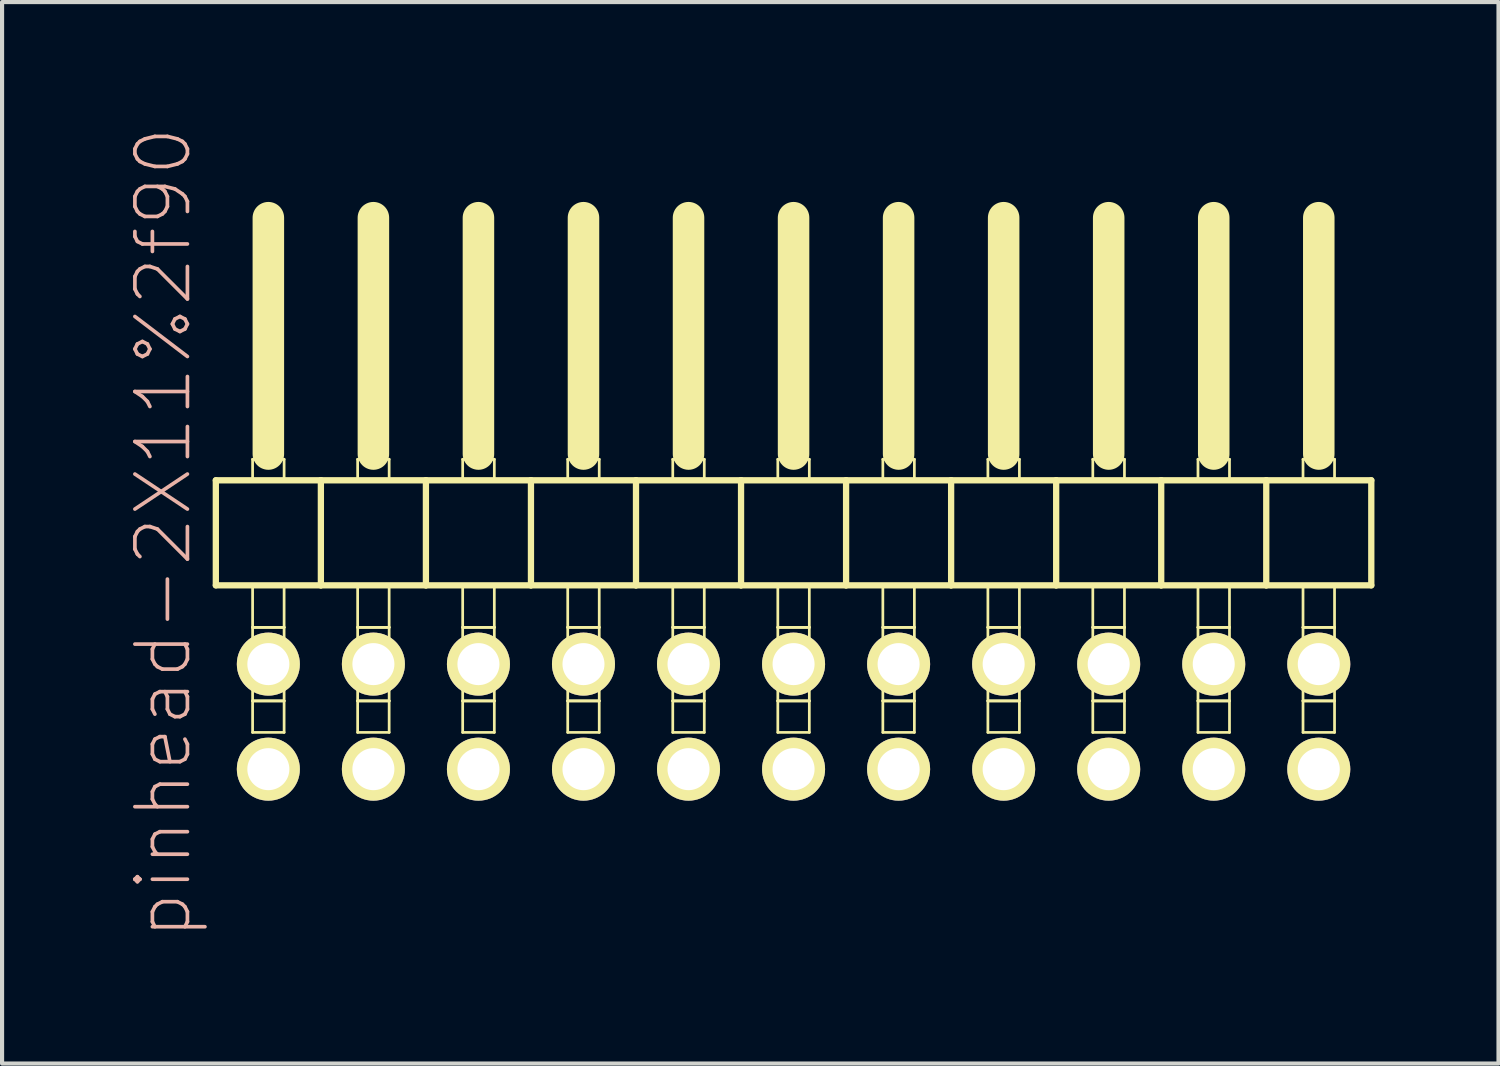
<source format=kicad_pcb>
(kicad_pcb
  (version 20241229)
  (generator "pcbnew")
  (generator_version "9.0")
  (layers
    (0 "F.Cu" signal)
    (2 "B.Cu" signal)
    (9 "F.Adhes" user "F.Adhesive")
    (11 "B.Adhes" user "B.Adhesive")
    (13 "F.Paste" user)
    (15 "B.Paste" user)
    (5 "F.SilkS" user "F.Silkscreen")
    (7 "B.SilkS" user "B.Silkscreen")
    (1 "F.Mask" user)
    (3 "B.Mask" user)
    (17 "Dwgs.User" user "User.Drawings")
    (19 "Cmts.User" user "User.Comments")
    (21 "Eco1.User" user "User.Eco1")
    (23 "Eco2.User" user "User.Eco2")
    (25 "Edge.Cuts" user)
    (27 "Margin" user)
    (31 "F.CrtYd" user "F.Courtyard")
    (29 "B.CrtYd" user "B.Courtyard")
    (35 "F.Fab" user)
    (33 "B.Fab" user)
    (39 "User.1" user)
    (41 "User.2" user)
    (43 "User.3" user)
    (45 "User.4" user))
  (footprint "pinhead-2X11%2f90"
    (layer "F.Cu")
    (at 16.139 9.199)
    (property "Reference" "pinhead-2X11%2f90" (at -15.24 0.635 90) (layer "B.SilkS") (effects (font (size 1.27 1.27) (thickness 0.089))))
    (attr exclude_from_pos_files exclude_from_bom)
    (fp_line (start -13.97 -0.635) (end -13.97 1.905) (stroke (width 0.152) (type solid)) (layer "F.SilkS"))
    (fp_line (start -13.97 1.905) (end -11.43 1.905) (stroke (width 0.152) (type solid)) (layer "F.SilkS"))
    (fp_line (start -13.081 -1.143) (end -12.319 -1.143) (stroke (width 0.066) (type solid)) (layer "F.SilkS"))
    (fp_line (start -13.081 -0.635) (end -13.081 -1.143) (stroke (width 0.066) (type solid)) (layer "F.SilkS"))
    (fp_line (start -13.081 -0.635) (end -12.319 -0.635) (stroke (width 0.066) (type solid)) (layer "F.SilkS"))
    (fp_line (start -13.081 1.905) (end -12.319 1.905) (stroke (width 0.066) (type solid)) (layer "F.SilkS"))
    (fp_line (start -13.081 2.921) (end -13.081 1.905) (stroke (width 0.066) (type solid)) (layer "F.SilkS"))
    (fp_line (start -13.081 2.921) (end -12.319 2.921) (stroke (width 0.066) (type solid)) (layer "F.SilkS"))
    (fp_line (start -13.081 2.921) (end -12.319 2.921) (stroke (width 0.066) (type solid)) (layer "F.SilkS"))
    (fp_line (start -13.081 4.699) (end -13.081 2.921) (stroke (width 0.066) (type solid)) (layer "F.SilkS"))
    (fp_line (start -13.081 4.699) (end -12.319 4.699) (stroke (width 0.066) (type solid)) (layer "F.SilkS"))
    (fp_line (start -13.081 4.699) (end -12.319 4.699) (stroke (width 0.066) (type solid)) (layer "F.SilkS"))
    (fp_line (start -13.081 5.461) (end -13.081 4.699) (stroke (width 0.066) (type solid)) (layer "F.SilkS"))
    (fp_line (start -13.081 5.461) (end -12.319 5.461) (stroke (width 0.066) (type solid)) (layer "F.SilkS"))
    (fp_line (start -12.7 -6.985) (end -12.7 -1.27) (stroke (width 0.762) (type solid)) (layer "F.SilkS"))
    (fp_line (start -12.319 -0.635) (end -12.319 -1.143) (stroke (width 0.066) (type solid)) (layer "F.SilkS"))
    (fp_line (start -12.319 2.921) (end -12.319 1.905) (stroke (width 0.066) (type solid)) (layer "F.SilkS"))
    (fp_line (start -12.319 4.699) (end -12.319 2.921) (stroke (width 0.066) (type solid)) (layer "F.SilkS"))
    (fp_line (start -12.319 5.461) (end -12.319 4.699) (stroke (width 0.066) (type solid)) (layer "F.SilkS"))
    (fp_line (start -11.43 -0.635) (end -13.97 -0.635) (stroke (width 0.152) (type solid)) (layer "F.SilkS"))
    (fp_line (start -11.43 1.905) (end -11.43 -0.635) (stroke (width 0.152) (type solid)) (layer "F.SilkS"))
    (fp_line (start -11.43 1.905) (end -8.89 1.905) (stroke (width 0.152) (type solid)) (layer "F.SilkS"))
    (fp_line (start -10.541 -1.143) (end -9.779 -1.143) (stroke (width 0.066) (type solid)) (layer "F.SilkS"))
    (fp_line (start -10.541 -0.635) (end -10.541 -1.143) (stroke (width 0.066) (type solid)) (layer "F.SilkS"))
    (fp_line (start -10.541 -0.635) (end -9.779 -0.635) (stroke (width 0.066) (type solid)) (layer "F.SilkS"))
    (fp_line (start -10.541 1.905) (end -9.779 1.905) (stroke (width 0.066) (type solid)) (layer "F.SilkS"))
    (fp_line (start -10.541 2.921) (end -10.541 1.905) (stroke (width 0.066) (type solid)) (layer "F.SilkS"))
    (fp_line (start -10.541 2.921) (end -9.779 2.921) (stroke (width 0.066) (type solid)) (layer "F.SilkS"))
    (fp_line (start -10.541 2.921) (end -9.779 2.921) (stroke (width 0.066) (type solid)) (layer "F.SilkS"))
    (fp_line (start -10.541 4.699) (end -10.541 2.921) (stroke (width 0.066) (type solid)) (layer "F.SilkS"))
    (fp_line (start -10.541 4.699) (end -9.779 4.699) (stroke (width 0.066) (type solid)) (layer "F.SilkS"))
    (fp_line (start -10.541 4.699) (end -9.779 4.699) (stroke (width 0.066) (type solid)) (layer "F.SilkS"))
    (fp_line (start -10.541 5.461) (end -10.541 4.699) (stroke (width 0.066) (type solid)) (layer "F.SilkS"))
    (fp_line (start -10.541 5.461) (end -9.779 5.461) (stroke (width 0.066) (type solid)) (layer "F.SilkS"))
    (fp_line (start -10.16 -6.985) (end -10.16 -1.27) (stroke (width 0.762) (type solid)) (layer "F.SilkS"))
    (fp_line (start -9.779 -0.635) (end -9.779 -1.143) (stroke (width 0.066) (type solid)) (layer "F.SilkS"))
    (fp_line (start -9.779 2.921) (end -9.779 1.905) (stroke (width 0.066) (type solid)) (layer "F.SilkS"))
    (fp_line (start -9.779 4.699) (end -9.779 2.921) (stroke (width 0.066) (type solid)) (layer "F.SilkS"))
    (fp_line (start -9.779 5.461) (end -9.779 4.699) (stroke (width 0.066) (type solid)) (layer "F.SilkS"))
    (fp_line (start -8.89 -0.635) (end -11.43 -0.635) (stroke (width 0.152) (type solid)) (layer "F.SilkS"))
    (fp_line (start -8.89 1.905) (end -8.89 -0.635) (stroke (width 0.152) (type solid)) (layer "F.SilkS"))
    (fp_line (start -8.89 1.905) (end -6.35 1.905) (stroke (width 0.152) (type solid)) (layer "F.SilkS"))
    (fp_line (start -8.001 -1.143) (end -7.236 -1.143) (stroke (width 0.066) (type solid)) (layer "F.SilkS"))
    (fp_line (start -8.001 -0.635) (end -8.001 -1.143) (stroke (width 0.066) (type solid)) (layer "F.SilkS"))
    (fp_line (start -8.001 -0.635) (end -7.236 -0.635) (stroke (width 0.066) (type solid)) (layer "F.SilkS"))
    (fp_line (start -8.001 1.905) (end -7.236 1.905) (stroke (width 0.066) (type solid)) (layer "F.SilkS"))
    (fp_line (start -8.001 2.921) (end -8.001 1.905) (stroke (width 0.066) (type solid)) (layer "F.SilkS"))
    (fp_line (start -8.001 2.921) (end -7.236 2.921) (stroke (width 0.066) (type solid)) (layer "F.SilkS"))
    (fp_line (start -8.001 2.921) (end -7.236 2.921) (stroke (width 0.066) (type solid)) (layer "F.SilkS"))
    (fp_line (start -8.001 4.699) (end -8.001 2.921) (stroke (width 0.066) (type solid)) (layer "F.SilkS"))
    (fp_line (start -8.001 4.699) (end -7.236 4.699) (stroke (width 0.066) (type solid)) (layer "F.SilkS"))
    (fp_line (start -8.001 4.699) (end -7.236 4.699) (stroke (width 0.066) (type solid)) (layer "F.SilkS"))
    (fp_line (start -8.001 5.461) (end -8.001 4.699) (stroke (width 0.066) (type solid)) (layer "F.SilkS"))
    (fp_line (start -8.001 5.461) (end -7.236 5.461) (stroke (width 0.066) (type solid)) (layer "F.SilkS"))
    (fp_line (start -7.62 -6.985) (end -7.62 -1.27) (stroke (width 0.762) (type solid)) (layer "F.SilkS"))
    (fp_line (start -7.236 -0.635) (end -7.236 -1.143) (stroke (width 0.066) (type solid)) (layer "F.SilkS"))
    (fp_line (start -7.236 2.921) (end -7.236 1.905) (stroke (width 0.066) (type solid)) (layer "F.SilkS"))
    (fp_line (start -7.236 4.699) (end -7.236 2.921) (stroke (width 0.066) (type solid)) (layer "F.SilkS"))
    (fp_line (start -7.236 5.461) (end -7.236 4.699) (stroke (width 0.066) (type solid)) (layer "F.SilkS"))
    (fp_line (start -6.35 -0.635) (end -8.89 -0.635) (stroke (width 0.152) (type solid)) (layer "F.SilkS"))
    (fp_line (start -6.35 1.905) (end -6.35 -0.635) (stroke (width 0.152) (type solid)) (layer "F.SilkS"))
    (fp_line (start -6.35 1.905) (end -3.81 1.905) (stroke (width 0.152) (type solid)) (layer "F.SilkS"))
    (fp_line (start -5.461 -1.143) (end -4.699 -1.143) (stroke (width 0.066) (type solid)) (layer "F.SilkS"))
    (fp_line (start -5.461 -0.635) (end -5.461 -1.143) (stroke (width 0.066) (type solid)) (layer "F.SilkS"))
    (fp_line (start -5.461 -0.635) (end -4.699 -0.635) (stroke (width 0.066) (type solid)) (layer "F.SilkS"))
    (fp_line (start -5.461 1.905) (end -4.699 1.905) (stroke (width 0.066) (type solid)) (layer "F.SilkS"))
    (fp_line (start -5.461 2.921) (end -5.461 1.905) (stroke (width 0.066) (type solid)) (layer "F.SilkS"))
    (fp_line (start -5.461 2.921) (end -4.699 2.921) (stroke (width 0.066) (type solid)) (layer "F.SilkS"))
    (fp_line (start -5.461 2.921) (end -4.699 2.921) (stroke (width 0.066) (type solid)) (layer "F.SilkS"))
    (fp_line (start -5.461 4.699) (end -5.461 2.921) (stroke (width 0.066) (type solid)) (layer "F.SilkS"))
    (fp_line (start -5.461 4.699) (end -4.699 4.699) (stroke (width 0.066) (type solid)) (layer "F.SilkS"))
    (fp_line (start -5.461 4.699) (end -4.699 4.699) (stroke (width 0.066) (type solid)) (layer "F.SilkS"))
    (fp_line (start -5.461 5.461) (end -5.461 4.699) (stroke (width 0.066) (type solid)) (layer "F.SilkS"))
    (fp_line (start -5.461 5.461) (end -4.699 5.461) (stroke (width 0.066) (type solid)) (layer "F.SilkS"))
    (fp_line (start -5.08 -6.985) (end -5.08 -1.27) (stroke (width 0.762) (type solid)) (layer "F.SilkS"))
    (fp_line (start -4.699 -0.635) (end -4.699 -1.143) (stroke (width 0.066) (type solid)) (layer "F.SilkS"))
    (fp_line (start -4.699 2.921) (end -4.699 1.905) (stroke (width 0.066) (type solid)) (layer "F.SilkS"))
    (fp_line (start -4.699 4.699) (end -4.699 2.921) (stroke (width 0.066) (type solid)) (layer "F.SilkS"))
    (fp_line (start -4.699 5.461) (end -4.699 4.699) (stroke (width 0.066) (type solid)) (layer "F.SilkS"))
    (fp_line (start -3.81 -0.635) (end -6.35 -0.635) (stroke (width 0.152) (type solid)) (layer "F.SilkS"))
    (fp_line (start -3.81 1.905) (end -3.81 -0.635) (stroke (width 0.152) (type solid)) (layer "F.SilkS"))
    (fp_line (start -3.81 1.905) (end -1.27 1.905) (stroke (width 0.152) (type solid)) (layer "F.SilkS"))
    (fp_line (start -2.921 -1.143) (end -2.159 -1.143) (stroke (width 0.066) (type solid)) (layer "F.SilkS"))
    (fp_line (start -2.921 -0.635) (end -2.921 -1.143) (stroke (width 0.066) (type solid)) (layer "F.SilkS"))
    (fp_line (start -2.921 -0.635) (end -2.159 -0.635) (stroke (width 0.066) (type solid)) (layer "F.SilkS"))
    (fp_line (start -2.921 1.905) (end -2.159 1.905) (stroke (width 0.066) (type solid)) (layer "F.SilkS"))
    (fp_line (start -2.921 2.921) (end -2.921 1.905) (stroke (width 0.066) (type solid)) (layer "F.SilkS"))
    (fp_line (start -2.921 2.921) (end -2.159 2.921) (stroke (width 0.066) (type solid)) (layer "F.SilkS"))
    (fp_line (start -2.921 2.921) (end -2.159 2.921) (stroke (width 0.066) (type solid)) (layer "F.SilkS"))
    (fp_line (start -2.921 4.699) (end -2.921 2.921) (stroke (width 0.066) (type solid)) (layer "F.SilkS"))
    (fp_line (start -2.921 4.699) (end -2.159 4.699) (stroke (width 0.066) (type solid)) (layer "F.SilkS"))
    (fp_line (start -2.921 4.699) (end -2.159 4.699) (stroke (width 0.066) (type solid)) (layer "F.SilkS"))
    (fp_line (start -2.921 5.461) (end -2.921 4.699) (stroke (width 0.066) (type solid)) (layer "F.SilkS"))
    (fp_line (start -2.921 5.461) (end -2.159 5.461) (stroke (width 0.066) (type solid)) (layer "F.SilkS"))
    (fp_line (start -2.54 -6.985) (end -2.54 -1.27) (stroke (width 0.762) (type solid)) (layer "F.SilkS"))
    (fp_line (start -2.159 -0.635) (end -2.159 -1.143) (stroke (width 0.066) (type solid)) (layer "F.SilkS"))
    (fp_line (start -2.159 2.921) (end -2.159 1.905) (stroke (width 0.066) (type solid)) (layer "F.SilkS"))
    (fp_line (start -2.159 4.699) (end -2.159 2.921) (stroke (width 0.066) (type solid)) (layer "F.SilkS"))
    (fp_line (start -2.159 5.461) (end -2.159 4.699) (stroke (width 0.066) (type solid)) (layer "F.SilkS"))
    (fp_line (start -1.27 -0.635) (end -3.81 -0.635) (stroke (width 0.152) (type solid)) (layer "F.SilkS"))
    (fp_line (start -1.27 1.905) (end -1.27 -0.635) (stroke (width 0.152) (type solid)) (layer "F.SilkS"))
    (fp_line (start -1.27 1.905) (end 1.27 1.905) (stroke (width 0.152) (type solid)) (layer "F.SilkS"))
    (fp_line (start -0.381 -1.143) (end 0.381 -1.143) (stroke (width 0.066) (type solid)) (layer "F.SilkS"))
    (fp_line (start -0.381 -0.635) (end -0.381 -1.143) (stroke (width 0.066) (type solid)) (layer "F.SilkS"))
    (fp_line (start -0.381 -0.635) (end 0.381 -0.635) (stroke (width 0.066) (type solid)) (layer "F.SilkS"))
    (fp_line (start -0.381 1.905) (end 0.381 1.905) (stroke (width 0.066) (type solid)) (layer "F.SilkS"))
    (fp_line (start -0.381 2.921) (end -0.381 1.905) (stroke (width 0.066) (type solid)) (layer "F.SilkS"))
    (fp_line (start -0.381 2.921) (end 0.381 2.921) (stroke (width 0.066) (type solid)) (layer "F.SilkS"))
    (fp_line (start -0.381 2.921) (end 0.381 2.921) (stroke (width 0.066) (type solid)) (layer "F.SilkS"))
    (fp_line (start -0.381 4.699) (end -0.381 2.921) (stroke (width 0.066) (type solid)) (layer "F.SilkS"))
    (fp_line (start -0.381 4.699) (end 0.381 4.699) (stroke (width 0.066) (type solid)) (layer "F.SilkS"))
    (fp_line (start -0.381 4.699) (end 0.381 4.699) (stroke (width 0.066) (type solid)) (layer "F.SilkS"))
    (fp_line (start -0.381 5.461) (end -0.381 4.699) (stroke (width 0.066) (type solid)) (layer "F.SilkS"))
    (fp_line (start -0.381 5.461) (end 0.381 5.461) (stroke (width 0.066) (type solid)) (layer "F.SilkS"))
    (fp_line (start 0 -6.985) (end 0 -1.27) (stroke (width 0.762) (type solid)) (layer "F.SilkS"))
    (fp_line (start 0.381 -0.635) (end 0.381 -1.143) (stroke (width 0.066) (type solid)) (layer "F.SilkS"))
    (fp_line (start 0.381 2.921) (end 0.381 1.905) (stroke (width 0.066) (type solid)) (layer "F.SilkS"))
    (fp_line (start 0.381 4.699) (end 0.381 2.921) (stroke (width 0.066) (type solid)) (layer "F.SilkS"))
    (fp_line (start 0.381 5.461) (end 0.381 4.699) (stroke (width 0.066) (type solid)) (layer "F.SilkS"))
    (fp_line (start 1.27 -0.635) (end -1.27 -0.635) (stroke (width 0.152) (type solid)) (layer "F.SilkS"))
    (fp_line (start 1.27 1.905) (end 1.27 -0.635) (stroke (width 0.152) (type solid)) (layer "F.SilkS"))
    (fp_line (start 1.27 1.905) (end 3.81 1.905) (stroke (width 0.152) (type solid)) (layer "F.SilkS"))
    (fp_line (start 2.159 -1.143) (end 2.921 -1.143) (stroke (width 0.066) (type solid)) (layer "F.SilkS"))
    (fp_line (start 2.159 -0.635) (end 2.159 -1.143) (stroke (width 0.066) (type solid)) (layer "F.SilkS"))
    (fp_line (start 2.159 -0.635) (end 2.921 -0.635) (stroke (width 0.066) (type solid)) (layer "F.SilkS"))
    (fp_line (start 2.159 1.905) (end 2.921 1.905) (stroke (width 0.066) (type solid)) (layer "F.SilkS"))
    (fp_line (start 2.159 2.921) (end 2.159 1.905) (stroke (width 0.066) (type solid)) (layer "F.SilkS"))
    (fp_line (start 2.159 2.921) (end 2.921 2.921) (stroke (width 0.066) (type solid)) (layer "F.SilkS"))
    (fp_line (start 2.159 2.921) (end 2.921 2.921) (stroke (width 0.066) (type solid)) (layer "F.SilkS"))
    (fp_line (start 2.159 4.699) (end 2.159 2.921) (stroke (width 0.066) (type solid)) (layer "F.SilkS"))
    (fp_line (start 2.159 4.699) (end 2.921 4.699) (stroke (width 0.066) (type solid)) (layer "F.SilkS"))
    (fp_line (start 2.159 4.699) (end 2.921 4.699) (stroke (width 0.066) (type solid)) (layer "F.SilkS"))
    (fp_line (start 2.159 5.461) (end 2.159 4.699) (stroke (width 0.066) (type solid)) (layer "F.SilkS"))
    (fp_line (start 2.159 5.461) (end 2.921 5.461) (stroke (width 0.066) (type solid)) (layer "F.SilkS"))
    (fp_line (start 2.54 -6.985) (end 2.54 -1.27) (stroke (width 0.762) (type solid)) (layer "F.SilkS"))
    (fp_line (start 2.921 -0.635) (end 2.921 -1.143) (stroke (width 0.066) (type solid)) (layer "F.SilkS"))
    (fp_line (start 2.921 2.921) (end 2.921 1.905) (stroke (width 0.066) (type solid)) (layer "F.SilkS"))
    (fp_line (start 2.921 4.699) (end 2.921 2.921) (stroke (width 0.066) (type solid)) (layer "F.SilkS"))
    (fp_line (start 2.921 5.461) (end 2.921 4.699) (stroke (width 0.066) (type solid)) (layer "F.SilkS"))
    (fp_line (start 3.81 -0.635) (end 1.27 -0.635) (stroke (width 0.152) (type solid)) (layer "F.SilkS"))
    (fp_line (start 3.81 1.905) (end 3.81 -0.635) (stroke (width 0.152) (type solid)) (layer "F.SilkS"))
    (fp_line (start 3.81 1.905) (end 6.35 1.905) (stroke (width 0.152) (type solid)) (layer "F.SilkS"))
    (fp_line (start 4.699 -1.143) (end 5.461 -1.143) (stroke (width 0.066) (type solid)) (layer "F.SilkS"))
    (fp_line (start 4.699 -0.635) (end 4.699 -1.143) (stroke (width 0.066) (type solid)) (layer "F.SilkS"))
    (fp_line (start 4.699 -0.635) (end 5.461 -0.635) (stroke (width 0.066) (type solid)) (layer "F.SilkS"))
    (fp_line (start 4.699 1.905) (end 5.461 1.905) (stroke (width 0.066) (type solid)) (layer "F.SilkS"))
    (fp_line (start 4.699 2.921) (end 4.699 1.905) (stroke (width 0.066) (type solid)) (layer "F.SilkS"))
    (fp_line (start 4.699 2.921) (end 5.461 2.921) (stroke (width 0.066) (type solid)) (layer "F.SilkS"))
    (fp_line (start 4.699 2.921) (end 5.461 2.921) (stroke (width 0.066) (type solid)) (layer "F.SilkS"))
    (fp_line (start 4.699 4.699) (end 4.699 2.921) (stroke (width 0.066) (type solid)) (layer "F.SilkS"))
    (fp_line (start 4.699 4.699) (end 5.461 4.699) (stroke (width 0.066) (type solid)) (layer "F.SilkS"))
    (fp_line (start 4.699 4.699) (end 5.461 4.699) (stroke (width 0.066) (type solid)) (layer "F.SilkS"))
    (fp_line (start 4.699 5.461) (end 4.699 4.699) (stroke (width 0.066) (type solid)) (layer "F.SilkS"))
    (fp_line (start 4.699 5.461) (end 5.461 5.461) (stroke (width 0.066) (type solid)) (layer "F.SilkS"))
    (fp_line (start 5.08 -6.985) (end 5.08 -1.27) (stroke (width 0.762) (type solid)) (layer "F.SilkS"))
    (fp_line (start 5.461 -0.635) (end 5.461 -1.143) (stroke (width 0.066) (type solid)) (layer "F.SilkS"))
    (fp_line (start 5.461 2.921) (end 5.461 1.905) (stroke (width 0.066) (type solid)) (layer "F.SilkS"))
    (fp_line (start 5.461 4.699) (end 5.461 2.921) (stroke (width 0.066) (type solid)) (layer "F.SilkS"))
    (fp_line (start 5.461 5.461) (end 5.461 4.699) (stroke (width 0.066) (type solid)) (layer "F.SilkS"))
    (fp_line (start 6.35 -0.635) (end 3.81 -0.635) (stroke (width 0.152) (type solid)) (layer "F.SilkS"))
    (fp_line (start 6.35 1.905) (end 6.35 -0.635) (stroke (width 0.152) (type solid)) (layer "F.SilkS"))
    (fp_line (start 6.35 1.905) (end 8.89 1.905) (stroke (width 0.152) (type solid)) (layer "F.SilkS"))
    (fp_line (start 7.236 -1.143) (end 8.001 -1.143) (stroke (width 0.066) (type solid)) (layer "F.SilkS"))
    (fp_line (start 7.236 -0.635) (end 7.236 -1.143) (stroke (width 0.066) (type solid)) (layer "F.SilkS"))
    (fp_line (start 7.236 -0.635) (end 8.001 -0.635) (stroke (width 0.066) (type solid)) (layer "F.SilkS"))
    (fp_line (start 7.236 1.905) (end 8.001 1.905) (stroke (width 0.066) (type solid)) (layer "F.SilkS"))
    (fp_line (start 7.236 2.921) (end 7.236 1.905) (stroke (width 0.066) (type solid)) (layer "F.SilkS"))
    (fp_line (start 7.236 2.921) (end 8.001 2.921) (stroke (width 0.066) (type solid)) (layer "F.SilkS"))
    (fp_line (start 7.236 2.921) (end 8.001 2.921) (stroke (width 0.066) (type solid)) (layer "F.SilkS"))
    (fp_line (start 7.236 4.699) (end 7.236 2.921) (stroke (width 0.066) (type solid)) (layer "F.SilkS"))
    (fp_line (start 7.236 4.699) (end 8.001 4.699) (stroke (width 0.066) (type solid)) (layer "F.SilkS"))
    (fp_line (start 7.236 4.699) (end 8.001 4.699) (stroke (width 0.066) (type solid)) (layer "F.SilkS"))
    (fp_line (start 7.236 5.461) (end 7.236 4.699) (stroke (width 0.066) (type solid)) (layer "F.SilkS"))
    (fp_line (start 7.236 5.461) (end 8.001 5.461) (stroke (width 0.066) (type solid)) (layer "F.SilkS"))
    (fp_line (start 7.62 -6.985) (end 7.62 -1.27) (stroke (width 0.762) (type solid)) (layer "F.SilkS"))
    (fp_line (start 8.001 -0.635) (end 8.001 -1.143) (stroke (width 0.066) (type solid)) (layer "F.SilkS"))
    (fp_line (start 8.001 2.921) (end 8.001 1.905) (stroke (width 0.066) (type solid)) (layer "F.SilkS"))
    (fp_line (start 8.001 4.699) (end 8.001 2.921) (stroke (width 0.066) (type solid)) (layer "F.SilkS"))
    (fp_line (start 8.001 5.461) (end 8.001 4.699) (stroke (width 0.066) (type solid)) (layer "F.SilkS"))
    (fp_line (start 8.89 -0.635) (end 6.35 -0.635) (stroke (width 0.152) (type solid)) (layer "F.SilkS"))
    (fp_line (start 8.89 1.905) (end 8.89 -0.635) (stroke (width 0.152) (type solid)) (layer "F.SilkS"))
    (fp_line (start 8.89 1.905) (end 11.43 1.905) (stroke (width 0.152) (type solid)) (layer "F.SilkS"))
    (fp_line (start 9.779 -1.143) (end 10.541 -1.143) (stroke (width 0.066) (type solid)) (layer "F.SilkS"))
    (fp_line (start 9.779 -0.635) (end 9.779 -1.143) (stroke (width 0.066) (type solid)) (layer "F.SilkS"))
    (fp_line (start 9.779 -0.635) (end 10.541 -0.635) (stroke (width 0.066) (type solid)) (layer "F.SilkS"))
    (fp_line (start 9.779 1.905) (end 10.541 1.905) (stroke (width 0.066) (type solid)) (layer "F.SilkS"))
    (fp_line (start 9.779 2.921) (end 9.779 1.905) (stroke (width 0.066) (type solid)) (layer "F.SilkS"))
    (fp_line (start 9.779 2.921) (end 10.541 2.921) (stroke (width 0.066) (type solid)) (layer "F.SilkS"))
    (fp_line (start 9.779 2.921) (end 10.541 2.921) (stroke (width 0.066) (type solid)) (layer "F.SilkS"))
    (fp_line (start 9.779 4.699) (end 9.779 2.921) (stroke (width 0.066) (type solid)) (layer "F.SilkS"))
    (fp_line (start 9.779 4.699) (end 10.541 4.699) (stroke (width 0.066) (type solid)) (layer "F.SilkS"))
    (fp_line (start 9.779 4.699) (end 10.541 4.699) (stroke (width 0.066) (type solid)) (layer "F.SilkS"))
    (fp_line (start 9.779 5.461) (end 9.779 4.699) (stroke (width 0.066) (type solid)) (layer "F.SilkS"))
    (fp_line (start 9.779 5.461) (end 10.541 5.461) (stroke (width 0.066) (type solid)) (layer "F.SilkS"))
    (fp_line (start 10.16 -6.985) (end 10.16 -1.27) (stroke (width 0.762) (type solid)) (layer "F.SilkS"))
    (fp_line (start 10.541 -0.635) (end 10.541 -1.143) (stroke (width 0.066) (type solid)) (layer "F.SilkS"))
    (fp_line (start 10.541 2.921) (end 10.541 1.905) (stroke (width 0.066) (type solid)) (layer "F.SilkS"))
    (fp_line (start 10.541 4.699) (end 10.541 2.921) (stroke (width 0.066) (type solid)) (layer "F.SilkS"))
    (fp_line (start 10.541 5.461) (end 10.541 4.699) (stroke (width 0.066) (type solid)) (layer "F.SilkS"))
    (fp_line (start 11.43 -0.635) (end 8.89 -0.635) (stroke (width 0.152) (type solid)) (layer "F.SilkS"))
    (fp_line (start 11.43 1.905) (end 11.43 -0.635) (stroke (width 0.152) (type solid)) (layer "F.SilkS"))
    (fp_line (start 11.43 1.905) (end 13.97 1.905) (stroke (width 0.152) (type solid)) (layer "F.SilkS"))
    (fp_line (start 12.319 -1.143) (end 13.081 -1.143) (stroke (width 0.066) (type solid)) (layer "F.SilkS"))
    (fp_line (start 12.319 -0.635) (end 12.319 -1.143) (stroke (width 0.066) (type solid)) (layer "F.SilkS"))
    (fp_line (start 12.319 -0.635) (end 13.081 -0.635) (stroke (width 0.066) (type solid)) (layer "F.SilkS"))
    (fp_line (start 12.319 1.905) (end 13.081 1.905) (stroke (width 0.066) (type solid)) (layer "F.SilkS"))
    (fp_line (start 12.319 2.921) (end 12.319 1.905) (stroke (width 0.066) (type solid)) (layer "F.SilkS"))
    (fp_line (start 12.319 2.921) (end 13.081 2.921) (stroke (width 0.066) (type solid)) (layer "F.SilkS"))
    (fp_line (start 12.319 2.921) (end 13.081 2.921) (stroke (width 0.066) (type solid)) (layer "F.SilkS"))
    (fp_line (start 12.319 4.699) (end 12.319 2.921) (stroke (width 0.066) (type solid)) (layer "F.SilkS"))
    (fp_line (start 12.319 4.699) (end 13.081 4.699) (stroke (width 0.066) (type solid)) (layer "F.SilkS"))
    (fp_line (start 12.319 4.699) (end 13.081 4.699) (stroke (width 0.066) (type solid)) (layer "F.SilkS"))
    (fp_line (start 12.319 5.461) (end 12.319 4.699) (stroke (width 0.066) (type solid)) (layer "F.SilkS"))
    (fp_line (start 12.319 5.461) (end 13.081 5.461) (stroke (width 0.066) (type solid)) (layer "F.SilkS"))
    (fp_line (start 12.7 -6.985) (end 12.7 -1.27) (stroke (width 0.762) (type solid)) (layer "F.SilkS"))
    (fp_line (start 13.081 -0.635) (end 13.081 -1.143) (stroke (width 0.066) (type solid)) (layer "F.SilkS"))
    (fp_line (start 13.081 2.921) (end 13.081 1.905) (stroke (width 0.066) (type solid)) (layer "F.SilkS"))
    (fp_line (start 13.081 4.699) (end 13.081 2.921) (stroke (width 0.066) (type solid)) (layer "F.SilkS"))
    (fp_line (start 13.081 5.461) (end 13.081 4.699) (stroke (width 0.066) (type solid)) (layer "F.SilkS"))
    (fp_line (start 13.97 -0.635) (end 11.43 -0.635) (stroke (width 0.152) (type solid)) (layer "F.SilkS"))
    (fp_line (start 13.97 1.905) (end 13.97 -0.635) (stroke (width 0.152) (type solid)) (layer "F.SilkS"))
    (pad "1" thru_hole circle (at -12.7 6.35) (size 1.524 1.524) (drill 1.016) (layers "*.Cu" "F.Mask" "F.SilkS" "F.Paste"))
    (pad "2" thru_hole circle (at -12.7 3.81) (size 1.524 1.524) (drill 1.016) (layers "*.Cu" "F.Mask" "F.SilkS" "F.Paste"))
    (pad "3" thru_hole circle (at -10.16 6.35) (size 1.524 1.524) (drill 1.016) (layers "*.Cu" "F.Mask" "F.SilkS" "F.Paste"))
    (pad "4" thru_hole circle (at -10.16 3.81) (size 1.524 1.524) (drill 1.016) (layers "*.Cu" "F.Mask" "F.SilkS" "F.Paste"))
    (pad "5" thru_hole circle (at -7.62 6.35) (size 1.524 1.524) (drill 1.016) (layers "*.Cu" "F.Mask" "F.SilkS" "F.Paste"))
    (pad "6" thru_hole circle (at -7.62 3.81) (size 1.524 1.524) (drill 1.016) (layers "*.Cu" "F.Mask" "F.SilkS" "F.Paste"))
    (pad "7" thru_hole circle (at -5.08 6.35) (size 1.524 1.524) (drill 1.016) (layers "*.Cu" "F.Mask" "F.SilkS" "F.Paste"))
    (pad "8" thru_hole circle (at -5.08 3.81) (size 1.524 1.524) (drill 1.016) (layers "*.Cu" "F.Mask" "F.SilkS" "F.Paste"))
    (pad "9" thru_hole circle (at -2.54 6.35) (size 1.524 1.524) (drill 1.016) (layers "*.Cu" "F.Mask" "F.SilkS" "F.Paste"))
    (pad "10" thru_hole circle (at -2.54 3.81) (size 1.524 1.524) (drill 1.016) (layers "*.Cu" "F.Mask" "F.SilkS" "F.Paste"))
    (pad "11" thru_hole circle (at 0 6.35) (size 1.524 1.524) (drill 1.016) (layers "*.Cu" "F.Mask" "F.SilkS" "F.Paste"))
    (pad "12" thru_hole circle (at 0 3.81) (size 1.524 1.524) (drill 1.016) (layers "*.Cu" "F.Mask" "F.SilkS" "F.Paste"))
    (pad "13" thru_hole circle (at 2.54 6.35) (size 1.524 1.524) (drill 1.016) (layers "*.Cu" "F.Mask" "F.SilkS" "F.Paste"))
    (pad "14" thru_hole circle (at 2.54 3.81) (size 1.524 1.524) (drill 1.016) (layers "*.Cu" "F.Mask" "F.SilkS" "F.Paste"))
    (pad "15" thru_hole circle (at 5.08 6.35) (size 1.524 1.524) (drill 1.016) (layers "*.Cu" "F.Mask" "F.SilkS" "F.Paste"))
    (pad "16" thru_hole circle (at 5.08 3.81) (size 1.524 1.524) (drill 1.016) (layers "*.Cu" "F.Mask" "F.SilkS" "F.Paste"))
    (pad "17" thru_hole circle (at 7.62 6.35) (size 1.524 1.524) (drill 1.016) (layers "*.Cu" "F.Mask" "F.SilkS" "F.Paste"))
    (pad "18" thru_hole circle (at 7.62 3.81) (size 1.524 1.524) (drill 1.016) (layers "*.Cu" "F.Mask" "F.SilkS" "F.Paste"))
    (pad "19" thru_hole circle (at 10.16 6.35) (size 1.524 1.524) (drill 1.016) (layers "*.Cu" "F.Mask" "F.SilkS" "F.Paste"))
    (pad "20" thru_hole circle (at 10.16 3.81) (size 1.524 1.524) (drill 1.016) (layers "*.Cu" "F.Mask" "F.SilkS" "F.Paste"))
    (pad "21" thru_hole circle (at 12.7 6.35) (size 1.524 1.524) (drill 1.016) (layers "*.Cu" "F.Mask" "F.SilkS" "F.Paste"))
    (pad "22" thru_hole circle (at 12.7 3.81) (size 1.524 1.524) (drill 1.016) (layers "*.Cu" "F.Mask" "F.SilkS" "F.Paste")))
  (gr_rect
    (start -3 -3)
    (end 33.185 22.667)
    (stroke (width 0.1) (type default))
    (fill no)
    (layer "Edge.Cuts")))
</source>
